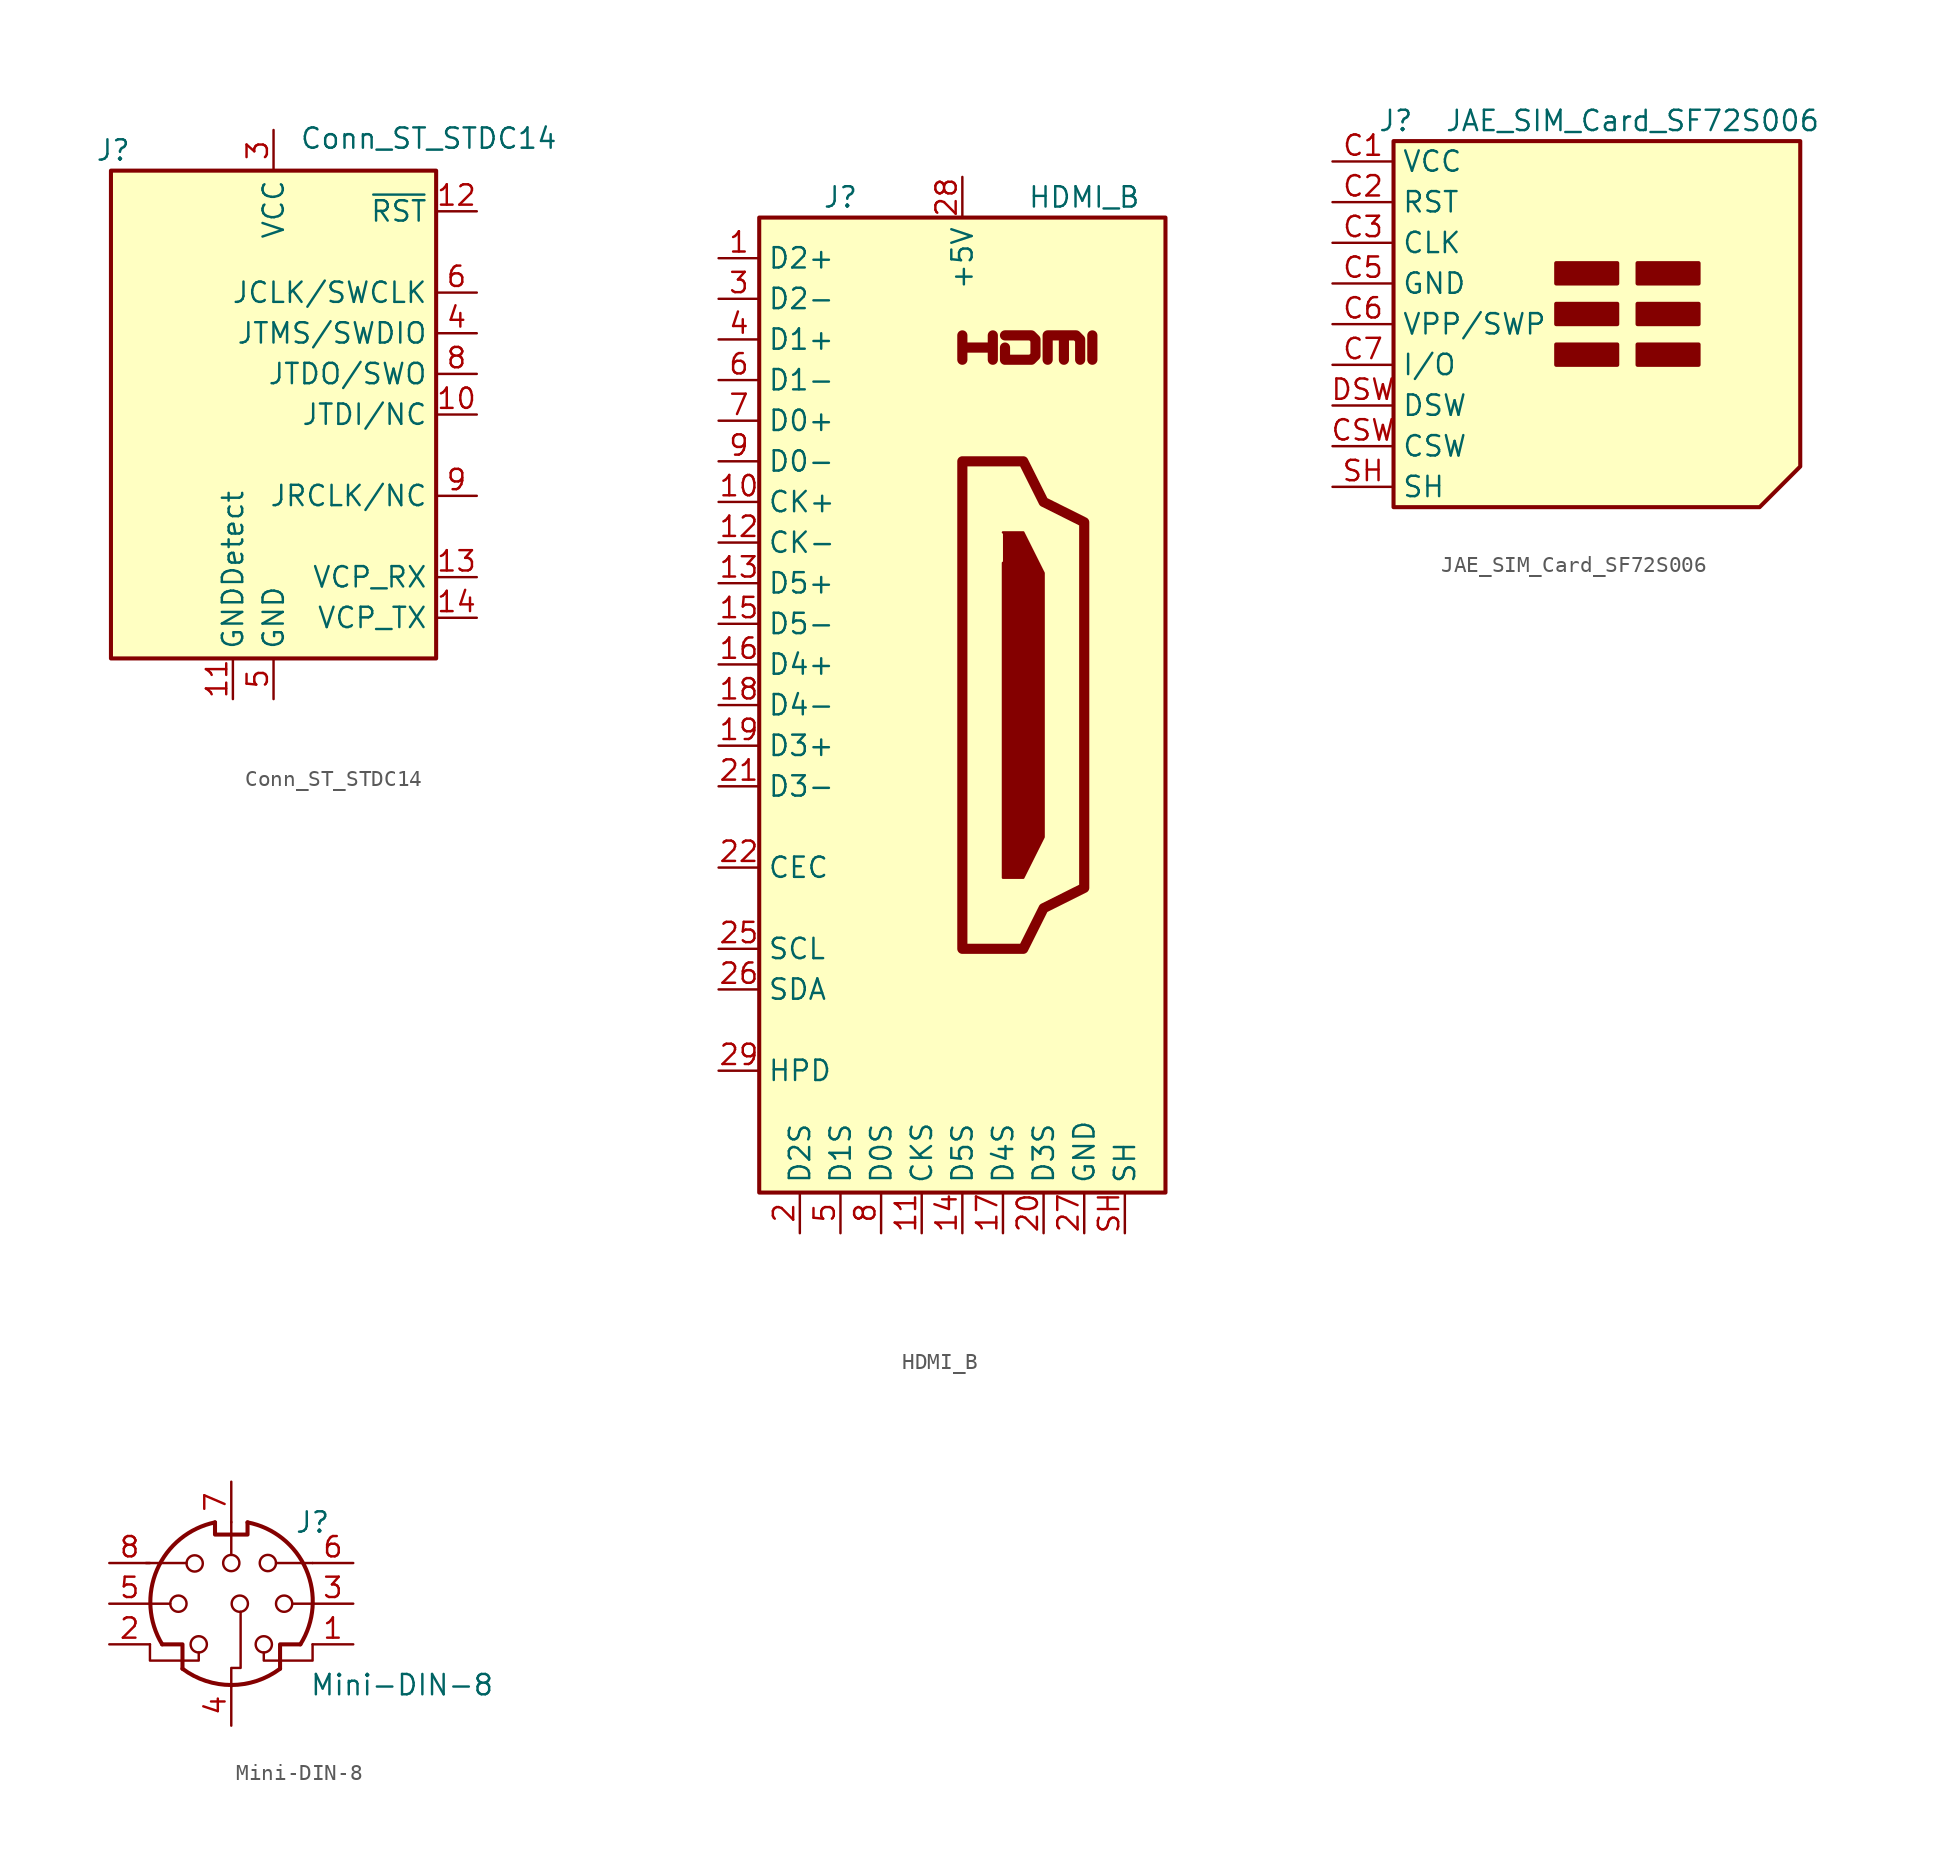
<source format=kicad_sym>
(kicad_symbol_lib
  (version 20201005)
  (generator kicad_symbol_editor)
  (symbol "Conn_ST_STDC14"
    (property "Reference" "J"
      (at -8.89 16.51 0)
      (effects (font (size 1.27 1.27)) (justify right)))
    (property "Value" "Conn_ST_STDC14"
      (at 17.78 16.51 0)
      (effects (font (size 1.27 1.27)) (justify right bottom)))
    (symbol "Conn_ST_STDC14_0_1"
      (rectangle (start -10.16 15.24) (end 10.16 -15.24) (stroke (width 0.254)) (fill (type background))))
    (symbol "Conn_ST_STDC14_1_1"
      (pin unconnected line (at -10.16 5.08 0) (length 2.54) hide (name "NC" (effects (font (size 1.27 1.27)))) (number "1" (effects (font (size 1.27 1.27)))))
      (pin output line (at 12.7 0 180) (length 2.54) (name "JTDI/NC" (effects (font (size 1.27 1.27)))) (number "10" (effects (font (size 1.27 1.27)))))
      (pin passive line (at -2.54 -17.78 90) (length 2.54) (name "GNDDetect" (effects (font (size 1.27 1.27)))) (number "11" (effects (font (size 1.27 1.27)))))
      (pin open_collector line (at 12.7 12.7 180) (length 2.54) (name "~RST" (effects (font (size 1.27 1.27)))) (number "12" (effects (font (size 1.27 1.27)))))
      (pin output line (at 12.7 -10.16 180) (length 2.54) (name "VCP_RX" (effects (font (size 1.27 1.27)))) (number "13" (effects (font (size 1.27 1.27)))))
      (pin input line (at 12.7 -12.7 180) (length 2.54) (name "VCP_TX" (effects (font (size 1.27 1.27)))) (number "14" (effects (font (size 1.27 1.27)))))
      (pin unconnected line (at -10.16 2.54 0) (length 2.54) hide (name "NC" (effects (font (size 1.27 1.27)))) (number "2" (effects (font (size 1.27 1.27)))))
      (pin power_in line (at 0 17.78 270) (length 2.54) (name "VCC" (effects (font (size 1.27 1.27)))) (number "3" (effects (font (size 1.27 1.27)))))
      (pin bidirectional line (at 12.7 5.08 180) (length 2.54) (name "JTMS/SWDIO" (effects (font (size 1.27 1.27)))) (number "4" (effects (font (size 1.27 1.27)))))
      (pin power_in line (at 0 -17.78 90) (length 2.54) (name "GND" (effects (font (size 1.27 1.27)))) (number "5" (effects (font (size 1.27 1.27)))))
      (pin output line (at 12.7 7.62 180) (length 2.54) (name "JCLK/SWCLK" (effects (font (size 1.27 1.27)))) (number "6" (effects (font (size 1.27 1.27)))))
      (pin passive line (at 0 -17.78 90) (length 2.54) hide (name "GND" (effects (font (size 1.27 1.27)))) (number "7" (effects (font (size 1.27 1.27)))))
      (pin input line (at 12.7 2.54 180) (length 2.54) (name "JTDO/SWO" (effects (font (size 1.27 1.27)))) (number "8" (effects (font (size 1.27 1.27)))))
      (pin input line (at 12.7 -5.08 180) (length 2.54) (name "JRCLK/NC" (effects (font (size 1.27 1.27)))) (number "9" (effects (font (size 1.27 1.27)))))))
  (symbol "HDMI_B"
    (property "Reference" "J"
      (at -7.62 31.75 0)
      (effects (font (size 1.27 1.27))))
    (property "Value" "HDMI_B"
      (at 7.62 31.75 0)
      (effects (font (size 1.27 1.27))))
    (symbol "HDMI_B_0_0"
      (polyline (pts (xy 8.128 21.59) (xy 8.128 23.114)) (stroke (width 0.635)) (fill (type none)))
      (polyline (pts (xy 0 21.59) (xy 0 23.114) (xy 0 22.352) (xy 1.905 22.352) (xy 1.905 23.114) (xy 1.905 21.59)) (stroke (width 0.635)) (fill (type none)))
      (polyline (pts (xy 2.667 23.114) (xy 4.318 23.114) (xy 4.572 22.86) (xy 4.572 21.844) (xy 4.318 21.59) (xy 2.667 21.59) (xy 2.667 22.352)) (stroke (width 0.635)) (fill (type none))))
    (symbol "HDMI_B_0_1"
      (rectangle (start -12.7 30.48) (end 12.7 -30.48) (stroke (width 0.254)) (fill (type background)))
      (polyline (pts (xy 2.54 10.795) (xy 3.81 10.795) (xy 5.08 8.255) (xy 5.08 -8.255) (xy 3.81 -10.795) (xy 2.54 -10.795) (xy 2.54 8.89)) (stroke (width 0)) (fill (type outline)))
      (polyline (pts (xy 5.334 21.59) (xy 5.334 23.114) (xy 6.35 23.114) (xy 6.35 21.59) (xy 6.35 23.114) (xy 7.112 23.114) (xy 7.366 22.86) (xy 7.366 21.59)) (stroke (width 0.635)) (fill (type none)))
      (polyline (pts (xy 0 15.24) (xy 0 -15.24) (xy 3.81 -15.24) (xy 5.08 -12.7) (xy 7.62 -11.43) (xy 7.62 11.43) (xy 5.08 12.7) (xy 3.81 15.24) (xy 0 15.24)) (stroke (width 0.635)) (fill (type none))))
    (symbol "HDMI_B_1_1"
      (pin passive line (at -15.24 27.94 0) (length 2.54) (name "D2+" (effects (font (size 1.27 1.27)))) (number "1" (effects (font (size 1.27 1.27)))))
      (pin passive line (at -15.24 12.7 0) (length 2.54) (name "CK+" (effects (font (size 1.27 1.27)))) (number "10" (effects (font (size 1.27 1.27)))))
      (pin power_in line (at -2.54 -33.02 90) (length 2.54) (name "CKS" (effects (font (size 1.27 1.27)))) (number "11" (effects (font (size 1.27 1.27)))))
      (pin passive line (at -15.24 10.16 0) (length 2.54) (name "CK-" (effects (font (size 1.27 1.27)))) (number "12" (effects (font (size 1.27 1.27)))))
      (pin passive line (at -15.24 7.62 0) (length 2.54) (name "D5+" (effects (font (size 1.27 1.27)))) (number "13" (effects (font (size 1.27 1.27)))))
      (pin power_in line (at 0 -33.02 90) (length 2.54) (name "D5S" (effects (font (size 1.27 1.27)))) (number "14" (effects (font (size 1.27 1.27)))))
      (pin passive line (at -15.24 5.08 0) (length 2.54) (name "D5-" (effects (font (size 1.27 1.27)))) (number "15" (effects (font (size 1.27 1.27)))))
      (pin passive line (at -15.24 2.54 0) (length 2.54) (name "D4+" (effects (font (size 1.27 1.27)))) (number "16" (effects (font (size 1.27 1.27)))))
      (pin power_in line (at 2.54 -33.02 90) (length 2.54) (name "D4S" (effects (font (size 1.27 1.27)))) (number "17" (effects (font (size 1.27 1.27)))))
      (pin passive line (at -15.24 0 0) (length 2.54) (name "D4-" (effects (font (size 1.27 1.27)))) (number "18" (effects (font (size 1.27 1.27)))))
      (pin passive line (at -15.24 -2.54 0) (length 2.54) (name "D3+" (effects (font (size 1.27 1.27)))) (number "19" (effects (font (size 1.27 1.27)))))
      (pin power_in line (at -10.16 -33.02 90) (length 2.54) (name "D2S" (effects (font (size 1.27 1.27)))) (number "2" (effects (font (size 1.27 1.27)))))
      (pin power_in line (at 5.08 -33.02 90) (length 2.54) (name "D3S" (effects (font (size 1.27 1.27)))) (number "20" (effects (font (size 1.27 1.27)))))
      (pin passive line (at -15.24 -5.08 0) (length 2.54) (name "D3-" (effects (font (size 1.27 1.27)))) (number "21" (effects (font (size 1.27 1.27)))))
      (pin bidirectional line (at -15.24 -10.16 0) (length 2.54) (name "CEC" (effects (font (size 1.27 1.27)))) (number "22" (effects (font (size 1.27 1.27)))))
      (pin unconnected line (at -12.7 -12.7 0) (length 2.54) hide (name "NC" (effects (font (size 1.27 1.27)))) (number "23" (effects (font (size 1.27 1.27)))))
      (pin unconnected line (at -12.7 -20.32 0) (length 2.54) hide (name "NC" (effects (font (size 1.27 1.27)))) (number "24" (effects (font (size 1.27 1.27)))))
      (pin passive line (at -15.24 -15.24 0) (length 2.54) (name "SCL" (effects (font (size 1.27 1.27)))) (number "25" (effects (font (size 1.27 1.27)))))
      (pin bidirectional line (at -15.24 -17.78 0) (length 2.54) (name "SDA" (effects (font (size 1.27 1.27)))) (number "26" (effects (font (size 1.27 1.27)))))
      (pin power_in line (at 7.62 -33.02 90) (length 2.54) (name "GND" (effects (font (size 1.27 1.27)))) (number "27" (effects (font (size 1.27 1.27)))))
      (pin power_in line (at 0 33.02 270) (length 2.54) (name "+5V" (effects (font (size 1.27 1.27)))) (number "28" (effects (font (size 1.27 1.27)))))
      (pin passive line (at -15.24 -22.86 0) (length 2.54) (name "HPD" (effects (font (size 1.27 1.27)))) (number "29" (effects (font (size 1.27 1.27)))))
      (pin passive line (at -15.24 25.4 0) (length 2.54) (name "D2-" (effects (font (size 1.27 1.27)))) (number "3" (effects (font (size 1.27 1.27)))))
      (pin passive line (at -15.24 22.86 0) (length 2.54) (name "D1+" (effects (font (size 1.27 1.27)))) (number "4" (effects (font (size 1.27 1.27)))))
      (pin power_in line (at -7.62 -33.02 90) (length 2.54) (name "D1S" (effects (font (size 1.27 1.27)))) (number "5" (effects (font (size 1.27 1.27)))))
      (pin passive line (at -15.24 20.32 0) (length 2.54) (name "D1-" (effects (font (size 1.27 1.27)))) (number "6" (effects (font (size 1.27 1.27)))))
      (pin passive line (at -15.24 17.78 0) (length 2.54) (name "D0+" (effects (font (size 1.27 1.27)))) (number "7" (effects (font (size 1.27 1.27)))))
      (pin power_in line (at -5.08 -33.02 90) (length 2.54) (name "D0S" (effects (font (size 1.27 1.27)))) (number "8" (effects (font (size 1.27 1.27)))))
      (pin passive line (at -15.24 15.24 0) (length 2.54) (name "D0-" (effects (font (size 1.27 1.27)))) (number "9" (effects (font (size 1.27 1.27)))))
      (pin passive line (at 10.16 -33.02 90) (length 2.54) (name "SH" (effects (font (size 1.27 1.27)))) (number "SH" (effects (font (size 1.27 1.27)))))))
  (symbol "JAE_SIM_Card_SF72S006"
    (property "Reference" "J"
      (at 5.08 12.7 0)
      (effects (font (size 1.27 1.27)) (justify right)))
    (property "Value" "JAE_SIM_Card_SF72S006"
      (at 30.48 12.7 0)
      (effects (font (size 1.27 1.27)) (justify right)))
    (symbol "JAE_SIM_Card_SF72S006_0_1"
      (rectangle (start 13.97 -2.54) (end 17.78 -1.27) (stroke (width 0.254)) (fill (type outline)))
      (rectangle (start 13.97 0) (end 17.78 1.27) (stroke (width 0.254)) (fill (type outline)))
      (rectangle (start 13.97 2.54) (end 17.78 3.81) (stroke (width 0.254)) (fill (type outline)))
      (rectangle (start 19.05 -1.27) (end 22.86 -2.54) (stroke (width 0.254)) (fill (type outline)))
      (rectangle (start 19.05 0) (end 22.86 1.27) (stroke (width 0.254)) (fill (type outline)))
      (rectangle (start 19.05 2.54) (end 22.86 3.81) (stroke (width 0.254)) (fill (type outline)))
      (polyline (pts (xy 3.81 11.43) (xy 3.81 -11.43) (xy 26.67 -11.43) (xy 29.21 -8.89) (xy 29.21 11.43) (xy 3.81 11.43)) (stroke (width 0.254)) (fill (type background))))
    (symbol "JAE_SIM_Card_SF72S006_1_1"
      (pin power_in line (at 0 10.16 0) (length 3.81) (name "VCC" (effects (font (size 1.27 1.27)))) (number "C1" (effects (font (size 1.27 1.27)))))
      (pin input line (at 0 7.62 0) (length 3.81) (name "RST" (effects (font (size 1.27 1.27)))) (number "C2" (effects (font (size 1.27 1.27)))))
      (pin input line (at 0 5.08 0) (length 3.81) (name "CLK" (effects (font (size 1.27 1.27)))) (number "C3" (effects (font (size 1.27 1.27)))))
      (pin power_in line (at 0 2.54 0) (length 3.81) (name "GND" (effects (font (size 1.27 1.27)))) (number "C5" (effects (font (size 1.27 1.27)))))
      (pin bidirectional line (at 0 0 0) (length 3.81) (name "VPP/SWP" (effects (font (size 1.27 1.27)))) (number "C6" (effects (font (size 1.27 1.27)))))
      (pin bidirectional line (at 0 -2.54 0) (length 3.81) (name "I/O" (effects (font (size 1.27 1.27)))) (number "C7" (effects (font (size 1.27 1.27)))))
      (pin passive line (at 0 -7.62 0) (length 3.81) (name "CSW" (effects (font (size 1.27 1.27)))) (number "CSW" (effects (font (size 1.27 1.27)))))
      (pin passive line (at 0 -5.08 0) (length 3.81) (name "DSW" (effects (font (size 1.27 1.27)))) (number "DSW" (effects (font (size 1.27 1.27)))))
      (pin passive line (at 0 -10.16 0) (length 3.81) (name "SH" (effects (font (size 1.27 1.27)))) (number "SH" (effects (font (size 1.27 1.27)))))))
  (symbol "Mini-DIN-8"
    (pin_names
      (offset 1.016))
    (property "Reference" "J"
      (at 5.08 5.08 0)
      (effects (font (size 1.27 1.27))))
    (property "Value" "Mini-DIN-8"
      (at 10.668 -5.08 0)
      (effects (font (size 1.27 1.27))))
    (symbol "Mini-DIN-8_0_1"
      (arc (start -3.048 -4.064) (end 3.048 -4.064) (radius (at 0 0) (length 5.08) (angles -126.9 -53.1)) (stroke (width 0.254)) (fill (type none)))
      (arc (start -1.016 5.08) (end -4.318 -2.54) (radius (at 0.0508 0.1016) (length 5.08) (angles 102.1 -148.8)) (stroke (width 0.254)) (fill (type none)))
      (arc (start 4.318 -2.54) (end 1.016 5.08) (radius (at 0.0508 0.127) (length 5.0292) (angles -32 79)) (stroke (width 0.254)) (fill (type none)))
      (circle (center -3.302 0) (radius 0.508) (stroke (width 0)) (fill (type none)))
      (circle (center -2.286 2.515) (radius 0.508) (stroke (width 0)) (fill (type none)))
      (circle (center -2.032 -2.54) (radius 0.508) (stroke (width 0)) (fill (type none)))
      (circle (center 0 2.54) (radius 0.508) (stroke (width 0)) (fill (type none)))
      (circle (center 2.032 -2.54) (radius 0.508) (stroke (width 0)) (fill (type none)))
      (circle (center 2.286 2.54) (radius 0.508) (stroke (width 0)) (fill (type none)))
      (circle (center 3.302 0) (radius 0.508) (stroke (width 0)) (fill (type none)))
      (polyline (pts (xy -3.81 0) (xy -5.08 0)) (stroke (width 0)) (fill (type none)))
      (polyline (pts (xy -2.794 2.54) (xy -5.334 2.54)) (stroke (width 0)) (fill (type none)))
      (polyline (pts (xy 0 5.105) (xy 0 3.048)) (stroke (width 0)) (fill (type none)))
      (polyline (pts (xy 2.794 2.54) (xy 5.08 2.54)) (stroke (width 0)) (fill (type none)))
      (polyline (pts (xy 5.08 0) (xy 3.81 0)) (stroke (width 0)) (fill (type none)))
      (polyline (pts (xy -4.318 -2.54) (xy -3.048 -2.54) (xy -3.048 -4.064)) (stroke (width 0.254)) (fill (type none)))
      (polyline (pts (xy 4.318 -2.54) (xy 3.048 -2.54) (xy 3.048 -4.064)) (stroke (width 0.254)) (fill (type none)))
      (polyline (pts (xy -2.032 -3.048) (xy -2.032 -3.556) (xy -5.08 -3.556) (xy -5.08 -2.54)) (stroke (width 0)) (fill (type none)))
      (polyline (pts (xy -1.016 5.08) (xy -1.016 4.318) (xy 1.016 4.318) (xy 1.016 5.08)) (stroke (width 0.254)) (fill (type none)))
      (polyline (pts (xy 0.584 -0.508) (xy 0.584 -4.013) (xy 0 -4.013) (xy 0 -5.182)) (stroke (width 0)) (fill (type none)))
      (polyline (pts (xy 2.032 -3.048) (xy 2.032 -3.556) (xy 5.08 -3.556) (xy 5.08 -2.54)) (stroke (width 0)) (fill (type none))))
    (symbol "Mini-DIN-8_1_1"
      (circle (center 0.533 0) (radius 0.508) (stroke (width 0)) (fill (type none)))
      (pin passive line (at 7.62 -2.54 180) (length 2.54) (name "~" (effects (font (size 1.27 1.27)))) (number "1" (effects (font (size 1.27 1.27)))))
      (pin passive line (at -7.62 -2.54 0) (length 2.54) (name "~" (effects (font (size 1.27 1.27)))) (number "2" (effects (font (size 1.27 1.27)))))
      (pin passive line (at 7.62 0 180) (length 2.54) (name "~" (effects (font (size 1.27 1.27)))) (number "3" (effects (font (size 1.27 1.27)))))
      (pin passive line (at 0 -7.62 90) (length 2.54) (name "~" (effects (font (size 1.27 1.27)))) (number "4" (effects (font (size 1.27 1.27)))))
      (pin passive line (at -7.62 0 0) (length 2.54) (name "~" (effects (font (size 1.27 1.27)))) (number "5" (effects (font (size 1.27 1.27)))))
      (pin passive line (at 7.62 2.54 180) (length 2.54) (name "~" (effects (font (size 1.27 1.27)))) (number "6" (effects (font (size 1.27 1.27)))))
      (pin passive line (at 0 7.62 270) (length 2.54) (name "~" (effects (font (size 1.27 1.27)))) (number "7" (effects (font (size 1.27 1.27)))))
      (pin passive line (at -7.62 2.54 0) (length 2.54) (name "~" (effects (font (size 1.27 1.27)))) (number "8" (effects (font (size 1.27 1.27))))))))
</source>
